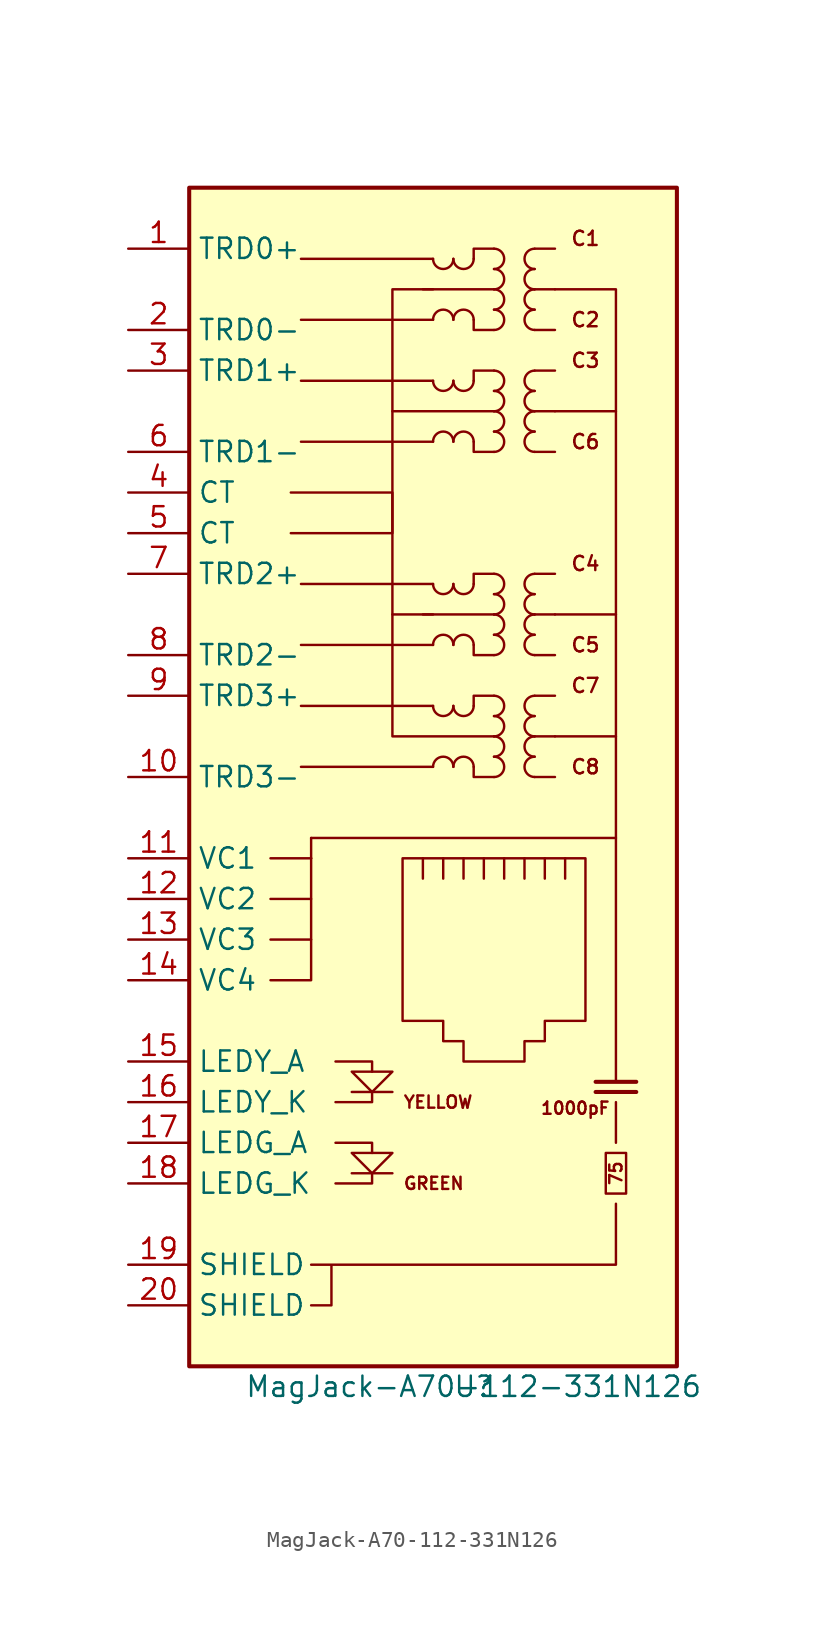
<source format=kicad_sym>
(kicad_symbol_lib
  (version 20201005)
  (generator kicad_symbol_editor)
  (symbol "AP3500:MagJack-A70-112-331N126"
    (property "Reference" "U"
      (at 0 0 0)
      (effects (font (size 1.27 1.27))))
    (property "Value" "MagJack-A70-112-331N126"
      (at 0 0 0)
      (effects (font (size 1.27 1.27))))
    (symbol "MagJack-A70-112-331N126_1_1"
      (arc (start -1.27 38.735) (end -2.54 38.735) (radius (at -1.905 38.735) (length 0.635) (angles 0.1 179.9)) (stroke (width 0)) (fill (type none)))
      (arc (start -2.54 42.545) (end -1.27 42.545) (radius (at -1.905 42.545) (length 0.635) (angles -179.9 -0.1)) (stroke (width 0)) (fill (type none)))
      (arc (start -1.27 46.355) (end -2.54 46.355) (radius (at -1.905 46.355) (length 0.635) (angles 0.1 179.9)) (stroke (width 0)) (fill (type none)))
      (arc (start -2.54 50.165) (end -1.27 50.165) (radius (at -1.905 50.165) (length 0.635) (angles -179.9 -0.1)) (stroke (width 0)) (fill (type none)))
      (arc (start -1.27 59.055) (end -2.54 59.055) (radius (at -1.905 59.055) (length 0.635) (angles 0.1 179.9)) (stroke (width 0)) (fill (type none)))
      (arc (start -2.54 62.865) (end -1.27 62.865) (radius (at -1.905 62.865) (length 0.635) (angles -179.9 -0.1)) (stroke (width 0)) (fill (type none)))
      (arc (start -1.27 66.675) (end -2.54 66.675) (radius (at -1.905 66.675) (length 0.635) (angles 0.1 179.9)) (stroke (width 0)) (fill (type none)))
      (arc (start -2.54 70.485) (end -1.27 70.485) (radius (at -1.905 70.485) (length 0.635) (angles -179.9 -0.1)) (stroke (width 0)) (fill (type none)))
      (arc (start 0 38.735) (end -1.27 38.735) (radius (at -0.635 38.735) (length 0.635) (angles 0.1 179.9)) (stroke (width 0)) (fill (type none)))
      (arc (start -1.27 42.545) (end 0 42.545) (radius (at -0.635 42.545) (length 0.635) (angles -179.9 -0.1)) (stroke (width 0)) (fill (type none)))
      (arc (start 0 46.355) (end -1.27 46.355) (radius (at -0.635 46.355) (length 0.635) (angles 0.1 179.9)) (stroke (width 0)) (fill (type none)))
      (arc (start -1.27 50.165) (end 0 50.165) (radius (at -0.635 50.165) (length 0.635) (angles -179.9 -0.1)) (stroke (width 0)) (fill (type none)))
      (arc (start 0 59.055) (end -1.27 59.055) (radius (at -0.635 59.055) (length 0.635) (angles 0.1 179.9)) (stroke (width 0)) (fill (type none)))
      (arc (start -1.27 62.865) (end 0 62.865) (radius (at -0.635 62.865) (length 0.635) (angles -179.9 -0.1)) (stroke (width 0)) (fill (type none)))
      (arc (start 0 66.675) (end -1.27 66.675) (radius (at -0.635 66.675) (length 0.635) (angles 0.1 179.9)) (stroke (width 0)) (fill (type none)))
      (arc (start -1.27 70.485) (end 0 70.485) (radius (at -0.635 70.485) (length 0.635) (angles -179.9 -0.1)) (stroke (width 0)) (fill (type none)))
      (arc (start 1.27 38.1) (end 1.27 39.37) (radius (at 1.27 38.735) (length 0.635) (angles -89.9 89.9)) (stroke (width 0)) (fill (type none)))
      (arc (start 1.27 39.37) (end 1.27 40.64) (radius (at 1.27 40.005) (length 0.635) (angles -89.9 89.9)) (stroke (width 0)) (fill (type none)))
      (arc (start 1.27 40.64) (end 1.27 41.91) (radius (at 1.27 41.275) (length 0.635) (angles -89.9 89.9)) (stroke (width 0)) (fill (type none)))
      (arc (start 1.27 41.91) (end 1.27 43.18) (radius (at 1.27 42.545) (length 0.635) (angles -89.9 89.9)) (stroke (width 0)) (fill (type none)))
      (arc (start 1.27 45.72) (end 1.27 46.99) (radius (at 1.27 46.355) (length 0.635) (angles -89.9 89.9)) (stroke (width 0)) (fill (type none)))
      (arc (start 1.27 46.99) (end 1.27 48.26) (radius (at 1.27 47.625) (length 0.635) (angles -89.9 89.9)) (stroke (width 0)) (fill (type none)))
      (arc (start 1.27 48.26) (end 1.27 49.53) (radius (at 1.27 48.895) (length 0.635) (angles -89.9 89.9)) (stroke (width 0)) (fill (type none)))
      (arc (start 1.27 49.53) (end 1.27 50.8) (radius (at 1.27 50.165) (length 0.635) (angles -89.9 89.9)) (stroke (width 0)) (fill (type none)))
      (arc (start 1.27 58.42) (end 1.27 59.69) (radius (at 1.27 59.055) (length 0.635) (angles -89.9 89.9)) (stroke (width 0)) (fill (type none)))
      (arc (start 1.27 59.69) (end 1.27 60.96) (radius (at 1.27 60.325) (length 0.635) (angles -89.9 89.9)) (stroke (width 0)) (fill (type none)))
      (arc (start 1.27 60.96) (end 1.27 62.23) (radius (at 1.27 61.595) (length 0.635) (angles -89.9 89.9)) (stroke (width 0)) (fill (type none)))
      (arc (start 1.27 62.23) (end 1.27 63.5) (radius (at 1.27 62.865) (length 0.635) (angles -89.9 89.9)) (stroke (width 0)) (fill (type none)))
      (arc (start 1.27 66.04) (end 1.27 67.31) (radius (at 1.27 66.675) (length 0.635) (angles -89.9 89.9)) (stroke (width 0)) (fill (type none)))
      (arc (start 1.27 67.31) (end 1.27 68.58) (radius (at 1.27 67.945) (length 0.635) (angles -89.9 89.9)) (stroke (width 0)) (fill (type none)))
      (arc (start 1.27 68.58) (end 1.27 69.85) (radius (at 1.27 69.215) (length 0.635) (angles -89.9 89.9)) (stroke (width 0)) (fill (type none)))
      (arc (start 1.27 69.85) (end 1.27 71.12) (radius (at 1.27 70.485) (length 0.635) (angles -89.9 89.9)) (stroke (width 0)) (fill (type none)))
      (arc (start 3.81 39.37) (end 3.81 38.1) (radius (at 3.81 38.735) (length 0.635) (angles 90.1 -90.1)) (stroke (width 0)) (fill (type none)))
      (arc (start 3.81 40.64) (end 3.81 39.37) (radius (at 3.81 40.005) (length 0.635) (angles 90.1 -90.1)) (stroke (width 0)) (fill (type none)))
      (arc (start 3.81 41.91) (end 3.81 40.64) (radius (at 3.81 41.275) (length 0.635) (angles 90.1 -90.1)) (stroke (width 0)) (fill (type none)))
      (arc (start 3.81 43.18) (end 3.81 41.91) (radius (at 3.81 42.545) (length 0.635) (angles 90.1 -90.1)) (stroke (width 0)) (fill (type none)))
      (arc (start 3.81 46.99) (end 3.81 45.72) (radius (at 3.81 46.355) (length 0.635) (angles 90.1 -90.1)) (stroke (width 0)) (fill (type none)))
      (arc (start 3.81 48.26) (end 3.81 46.99) (radius (at 3.81 47.625) (length 0.635) (angles 90.1 -90.1)) (stroke (width 0)) (fill (type none)))
      (arc (start 3.81 49.53) (end 3.81 48.26) (radius (at 3.81 48.895) (length 0.635) (angles 90.1 -90.1)) (stroke (width 0)) (fill (type none)))
      (arc (start 3.81 50.8) (end 3.81 49.53) (radius (at 3.81 50.165) (length 0.635) (angles 90.1 -90.1)) (stroke (width 0)) (fill (type none)))
      (arc (start 3.81 59.69) (end 3.81 58.42) (radius (at 3.81 59.055) (length 0.635) (angles 90.1 -90.1)) (stroke (width 0)) (fill (type none)))
      (arc (start 3.81 60.96) (end 3.81 59.69) (radius (at 3.81 60.325) (length 0.635) (angles 90.1 -90.1)) (stroke (width 0)) (fill (type none)))
      (arc (start 3.81 62.23) (end 3.81 60.96) (radius (at 3.81 61.595) (length 0.635) (angles 90.1 -90.1)) (stroke (width 0)) (fill (type none)))
      (arc (start 3.81 63.5) (end 3.81 62.23) (radius (at 3.81 62.865) (length 0.635) (angles 90.1 -90.1)) (stroke (width 0)) (fill (type none)))
      (arc (start 3.81 67.31) (end 3.81 66.04) (radius (at 3.81 66.675) (length 0.635) (angles 90.1 -90.1)) (stroke (width 0)) (fill (type none)))
      (arc (start 3.81 68.58) (end 3.81 67.31) (radius (at 3.81 67.945) (length 0.635) (angles 90.1 -90.1)) (stroke (width 0)) (fill (type none)))
      (arc (start 3.81 69.85) (end 3.81 68.58) (radius (at 3.81 69.215) (length 0.635) (angles 90.1 -90.1)) (stroke (width 0)) (fill (type none)))
      (arc (start 3.81 71.12) (end 3.81 69.85) (radius (at 3.81 70.485) (length 0.635) (angles 90.1 -90.1)) (stroke (width 0)) (fill (type none)))
      (text "1000pF" (at 6.35 17.399 0) (effects (font (size 0.762 0.762))))
      (text "75" (at 8.89 13.335 900) (effects (font (size 0.762 0.762))))
      (text "C1" (at 6.985 71.755 0) (effects (font (size 0.889 0.889))))
      (text "C2" (at 6.985 66.675 0) (effects (font (size 0.889 0.889))))
      (text "C3" (at 6.985 64.135 0) (effects (font (size 0.889 0.889))))
      (text "C4" (at 6.985 51.435 0) (effects (font (size 0.889 0.889))))
      (text "C5" (at 6.985 46.355 0) (effects (font (size 0.889 0.889))))
      (text "C6" (at 6.985 59.055 0) (effects (font (size 0.889 0.889))))
      (text "C7" (at 6.985 43.815 0) (effects (font (size 0.889 0.889))))
      (text "C8" (at 6.985 38.735 0) (effects (font (size 0.889 0.889))))
      (text "GREEN" (at -4.445 12.7 0) (effects (font (size 0.762 0.762)) (justify left)))
      (text "YELLOW" (at -4.445 17.78 0) (effects (font (size 0.762 0.762)) (justify left)))
      (rectangle (start -17.78 1.27) (end 12.7 74.93) (stroke (width 0.254)) (fill (type background)))
      (rectangle (start 9.525 12.065) (end 8.255 14.605) (stroke (width 0)) (fill (type none)))
      (polyline (pts (xy -12.7 27.94) (xy -10.16 27.94)) (stroke (width 0)) (fill (type none)))
      (polyline (pts (xy -12.7 30.48) (xy -10.16 30.48)) (stroke (width 0)) (fill (type none)))
      (polyline (pts (xy -12.7 33.02) (xy -10.16 33.02)) (stroke (width 0)) (fill (type none)))
      (polyline (pts (xy -10.16 33.02) (xy -10.16 34.29)) (stroke (width 0)) (fill (type none)))
      (polyline (pts (xy -5.08 13.335) (xy -7.62 13.335)) (stroke (width 0)) (fill (type none)))
      (polyline (pts (xy -5.08 18.415) (xy -7.62 18.415)) (stroke (width 0)) (fill (type none)))
      (polyline (pts (xy -5.08 48.26) (xy -5.08 60.96)) (stroke (width 0)) (fill (type none)))
      (polyline (pts (xy -3.175 31.75) (xy -3.175 33.02)) (stroke (width 0)) (fill (type none)))
      (polyline (pts (xy -3.175 48.26) (xy 1.27 48.26)) (stroke (width 0)) (fill (type none)))
      (polyline (pts (xy -3.175 68.58) (xy 1.27 68.58)) (stroke (width 0)) (fill (type none)))
      (polyline (pts (xy -2.54 38.735) (xy -10.795 38.735)) (stroke (width 0)) (fill (type none)))
      (polyline (pts (xy -2.54 42.545) (xy -10.795 42.545)) (stroke (width 0)) (fill (type none)))
      (polyline (pts (xy -2.54 46.355) (xy -10.795 46.355)) (stroke (width 0)) (fill (type none)))
      (polyline (pts (xy -2.54 50.165) (xy -10.795 50.165)) (stroke (width 0)) (fill (type none)))
      (polyline (pts (xy -2.54 59.055) (xy -10.795 59.055)) (stroke (width 0)) (fill (type none)))
      (polyline (pts (xy -2.54 62.865) (xy -10.795 62.865)) (stroke (width 0)) (fill (type none)))
      (polyline (pts (xy -2.54 66.675) (xy -10.795 66.675)) (stroke (width 0)) (fill (type none)))
      (polyline (pts (xy -2.54 70.485) (xy -10.795 70.485)) (stroke (width 0)) (fill (type none)))
      (polyline (pts (xy -1.905 33.02) (xy -1.905 31.75)) (stroke (width 0)) (fill (type none)))
      (polyline (pts (xy -0.635 33.02) (xy -0.635 31.75)) (stroke (width 0)) (fill (type none)))
      (polyline (pts (xy 0.635 33.02) (xy 0.635 31.75)) (stroke (width 0)) (fill (type none)))
      (polyline (pts (xy 1.905 33.02) (xy 1.905 31.75)) (stroke (width 0)) (fill (type none)))
      (polyline (pts (xy 3.175 33.02) (xy 3.175 31.75)) (stroke (width 0)) (fill (type none)))
      (polyline (pts (xy 3.81 38.1) (xy 5.08 38.1)) (stroke (width 0)) (fill (type none)))
      (polyline (pts (xy 3.81 40.64) (xy 5.08 40.64)) (stroke (width 0)) (fill (type none)))
      (polyline (pts (xy 3.81 43.18) (xy 5.08 43.18)) (stroke (width 0)) (fill (type none)))
      (polyline (pts (xy 3.81 45.72) (xy 5.08 45.72)) (stroke (width 0)) (fill (type none)))
      (polyline (pts (xy 3.81 48.26) (xy 5.08 48.26)) (stroke (width 0)) (fill (type none)))
      (polyline (pts (xy 3.81 50.8) (xy 5.08 50.8)) (stroke (width 0)) (fill (type none)))
      (polyline (pts (xy 3.81 58.42) (xy 5.08 58.42)) (stroke (width 0)) (fill (type none)))
      (polyline (pts (xy 3.81 60.96) (xy 5.08 60.96)) (stroke (width 0)) (fill (type none)))
      (polyline (pts (xy 3.81 63.5) (xy 5.08 63.5)) (stroke (width 0)) (fill (type none)))
      (polyline (pts (xy 3.81 66.04) (xy 5.08 66.04)) (stroke (width 0)) (fill (type none)))
      (polyline (pts (xy 3.81 68.58) (xy 5.08 68.58)) (stroke (width 0)) (fill (type none)))
      (polyline (pts (xy 3.81 71.12) (xy 5.08 71.12)) (stroke (width 0)) (fill (type none)))
      (polyline (pts (xy 4.445 31.75) (xy 4.445 33.02)) (stroke (width 0)) (fill (type none)))
      (polyline (pts (xy 5.08 40.64) (xy 8.89 40.64)) (stroke (width 0)) (fill (type none)))
      (polyline (pts (xy 5.08 48.26) (xy 8.89 48.26)) (stroke (width 0)) (fill (type none)))
      (polyline (pts (xy 5.08 60.96) (xy 8.89 60.96)) (stroke (width 0)) (fill (type none)))
      (polyline (pts (xy 5.715 31.75) (xy 5.715 33.02)) (stroke (width 0)) (fill (type none)))
      (polyline (pts (xy 7.62 18.415) (xy 10.16 18.415)) (stroke (width 0.254)) (fill (type none)))
      (polyline (pts (xy 7.62 19.05) (xy 10.16 19.05)) (stroke (width 0.254)) (fill (type none)))
      (polyline (pts (xy 8.89 15.24) (xy 8.89 17.78)) (stroke (width 0)) (fill (type none)))
      (polyline (pts (xy 8.89 19.05) (xy 8.89 34.29)) (stroke (width 0)) (fill (type none)))
      (polyline (pts (xy -10.16 33.02) (xy -10.16 25.4) (xy -12.7 25.4)) (stroke (width 0)) (fill (type none)))
      (polyline (pts (xy -8.636 12.7) (xy -6.35 12.7) (xy -6.35 13.335)) (stroke (width 0)) (fill (type none)))
      (polyline (pts (xy -8.636 15.24) (xy -6.35 15.24) (xy -6.35 14.605)) (stroke (width 0)) (fill (type none)))
      (polyline (pts (xy -8.636 20.32) (xy -6.35 20.32) (xy -6.35 19.685)) (stroke (width 0)) (fill (type none)))
      (polyline (pts (xy -6.35 18.415) (xy -6.35 17.78) (xy -8.636 17.78)) (stroke (width 0)) (fill (type none)))
      (polyline (pts (xy 0 38.735) (xy 0 38.1) (xy 1.27 38.1)) (stroke (width 0)) (fill (type none)))
      (polyline (pts (xy 0 46.355) (xy 0 45.72) (xy 1.27 45.72)) (stroke (width 0)) (fill (type none)))
      (polyline (pts (xy 0 59.055) (xy 0 58.42) (xy 1.27 58.42)) (stroke (width 0)) (fill (type none)))
      (polyline (pts (xy 0 66.675) (xy 0 66.04) (xy 1.27 66.04)) (stroke (width 0)) (fill (type none)))
      (polyline (pts (xy 1.27 43.18) (xy 0 43.18) (xy 0 42.545)) (stroke (width 0)) (fill (type none)))
      (polyline (pts (xy 1.27 50.8) (xy 0 50.8) (xy 0 50.165)) (stroke (width 0)) (fill (type none)))
      (polyline (pts (xy 1.27 63.5) (xy 0 63.5) (xy 0 62.865)) (stroke (width 0)) (fill (type none)))
      (polyline (pts (xy 1.27 71.12) (xy 0 71.12) (xy 0 70.485)) (stroke (width 0)) (fill (type none)))
      (polyline (pts (xy -11.43 53.34) (xy -5.08 53.34) (xy -5.08 55.88) (xy -11.43 55.88)) (stroke (width 0)) (fill (type none)))
      (polyline (pts (xy -10.16 34.29) (xy 8.89 34.29) (xy 8.89 68.58) (xy 5.08 68.58)) (stroke (width 0)) (fill (type none)))
      (polyline (pts (xy -7.62 19.685) (xy -5.08 19.685) (xy -6.35 18.415) (xy -7.62 19.685)) (stroke (width 0)) (fill (type none)))
      (polyline (pts (xy -5.08 14.605) (xy -7.62 14.605) (xy -6.35 13.335) (xy -5.08 14.605)) (stroke (width 0)) (fill (type none)))
      (polyline (pts (xy -10.16 5.08) (xy -8.89 5.08) (xy -8.89 7.62) (xy -10.16 7.62) (xy -8.89 7.62) (xy 8.89 7.62) (xy 8.89 11.43)) (stroke (width 0)) (fill (type none)))
      (polyline (pts (xy -4.445 33.02) (xy 6.985 33.02) (xy 6.985 22.86) (xy 4.445 22.86) (xy 4.445 21.59) (xy 3.175 21.59) (xy 3.175 20.32) (xy -0.635 20.32) (xy -0.635 21.59) (xy -1.905 21.59) (xy -1.905 22.86) (xy -4.445 22.86) (xy -4.445 33.02)) (stroke (width 0)) (fill (type none)))
      (pin passive line (at -21.59 71.12 0) (length 3.81) (name "TRD0+" (effects (font (size 1.27 1.27)))) (number "1" (effects (font (size 1.27 1.27)))))
      (pin passive line (at -21.59 38.1 0) (length 3.81) (name "TRD3-" (effects (font (size 1.27 1.27)))) (number "10" (effects (font (size 1.27 1.27)))))
      (pin passive line (at -21.59 33.02 0) (length 3.81) (name "VC1" (effects (font (size 1.27 1.27)))) (number "11" (effects (font (size 1.27 1.27)))))
      (pin passive line (at -21.59 30.48 0) (length 3.81) (name "VC2" (effects (font (size 1.27 1.27)))) (number "12" (effects (font (size 1.27 1.27)))))
      (pin passive line (at -21.59 27.94 0) (length 3.81) (name "VC3" (effects (font (size 1.27 1.27)))) (number "13" (effects (font (size 1.27 1.27)))))
      (pin passive line (at -21.59 25.4 0) (length 3.81) (name "VC4" (effects (font (size 1.27 1.27)))) (number "14" (effects (font (size 1.27 1.27)))))
      (pin passive line (at -21.59 20.32 0) (length 3.81) (name "LEDY_A" (effects (font (size 1.27 1.27)))) (number "15" (effects (font (size 1.27 1.27)))))
      (pin passive line (at -21.59 17.78 0) (length 3.81) (name "LEDY_K" (effects (font (size 1.27 1.27)))) (number "16" (effects (font (size 1.27 1.27)))))
      (pin passive line (at -21.59 15.24 0) (length 3.81) (name "LEDG_A" (effects (font (size 1.27 1.27)))) (number "17" (effects (font (size 1.27 1.27)))))
      (pin passive line (at -21.59 12.7 0) (length 3.81) (name "LEDG_K" (effects (font (size 1.27 1.27)))) (number "18" (effects (font (size 1.27 1.27)))))
      (pin passive line (at -21.59 7.62 0) (length 3.81) (name "SHIELD" (effects (font (size 1.27 1.27)))) (number "19" (effects (font (size 1.27 1.27)))))
      (pin passive line (at -21.59 66.04 0) (length 3.81) (name "TRD0-" (effects (font (size 1.27 1.27)))) (number "2" (effects (font (size 1.27 1.27)))))
      (pin passive line (at -21.59 5.08 0) (length 3.81) (name "SHIELD" (effects (font (size 1.27 1.27)))) (number "20" (effects (font (size 1.27 1.27)))))
      (pin passive line (at -21.59 63.5 0) (length 3.81) (name "TRD1+" (effects (font (size 1.27 1.27)))) (number "3" (effects (font (size 1.27 1.27)))))
      (pin passive line (at -21.59 55.88 0) (length 3.81) (name "CT" (effects (font (size 1.27 1.27)))) (number "4" (effects (font (size 1.27 1.27)))))
      (pin passive line (at -21.59 53.34 0) (length 3.81) (name "CT" (effects (font (size 1.27 1.27)))) (number "5" (effects (font (size 1.27 1.27)))))
      (pin passive line (at -21.59 58.42 0) (length 3.81) (name "TRD1-" (effects (font (size 1.27 1.27)))) (number "6" (effects (font (size 1.27 1.27)))))
      (pin passive line (at -21.59 50.8 0) (length 3.81) (name "TRD2+" (effects (font (size 1.27 1.27)))) (number "7" (effects (font (size 1.27 1.27)))))
      (pin passive line (at -21.59 45.72 0) (length 3.81) (name "TRD2-" (effects (font (size 1.27 1.27)))) (number "8" (effects (font (size 1.27 1.27)))))
      (pin passive line (at -21.59 43.18 0) (length 3.81) (name "TRD3+" (effects (font (size 1.27 1.27)))) (number "9" (effects (font (size 1.27 1.27))))))
    (symbol "MagJack-A70-112-331N126_0_1"
      (polyline (pts (xy 1.27 40.64) (xy -5.08 40.64) (xy -5.08 48.26) (xy -2.54 48.26) (xy -5.08 48.26)) (stroke (width 0)) (fill (type none)))
      (polyline (pts (xy 1.27 60.96) (xy -5.08 60.96) (xy -5.08 68.58) (xy -2.54 68.58) (xy -5.08 68.58)) (stroke (width 0)) (fill (type none))))))
</source>
